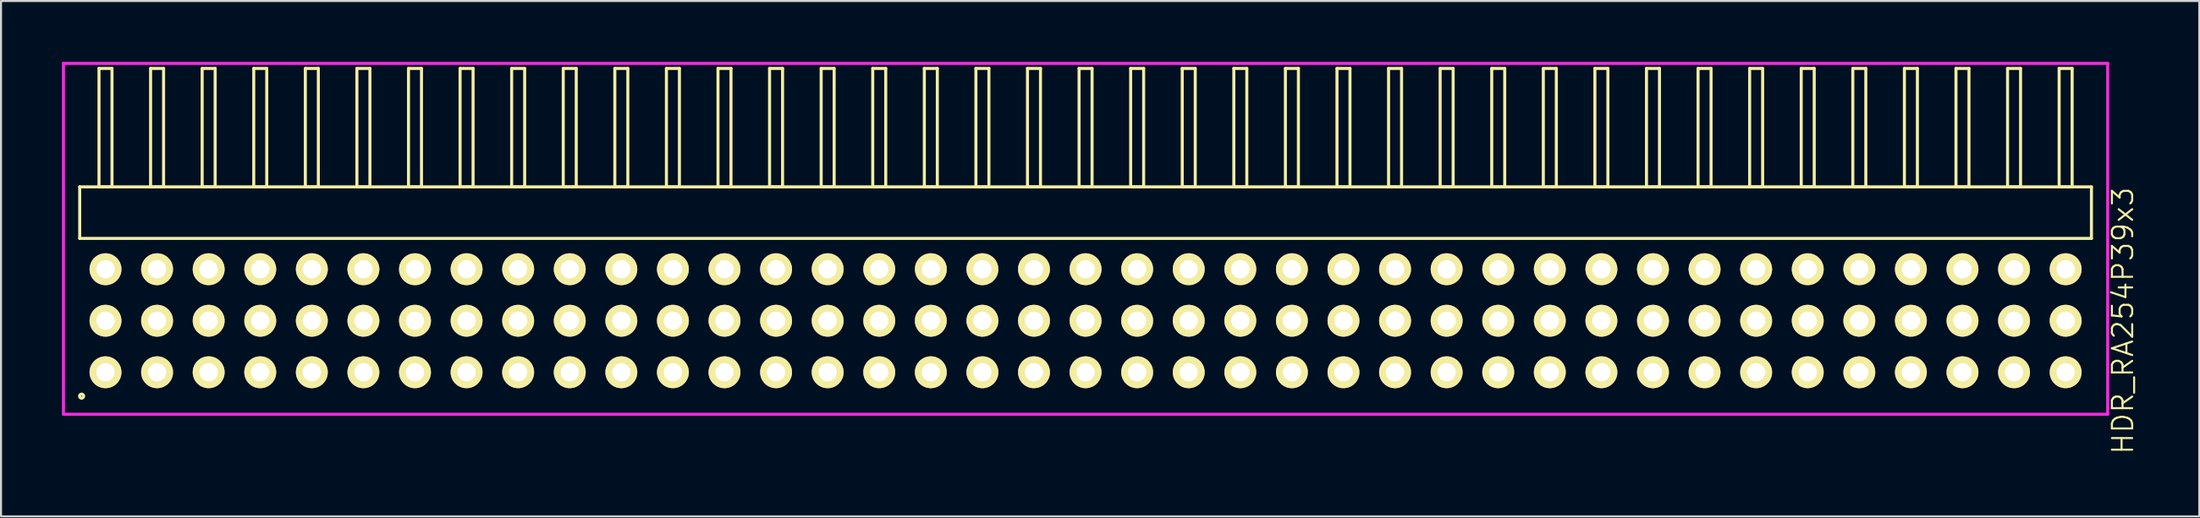
<source format=kicad_pcb>
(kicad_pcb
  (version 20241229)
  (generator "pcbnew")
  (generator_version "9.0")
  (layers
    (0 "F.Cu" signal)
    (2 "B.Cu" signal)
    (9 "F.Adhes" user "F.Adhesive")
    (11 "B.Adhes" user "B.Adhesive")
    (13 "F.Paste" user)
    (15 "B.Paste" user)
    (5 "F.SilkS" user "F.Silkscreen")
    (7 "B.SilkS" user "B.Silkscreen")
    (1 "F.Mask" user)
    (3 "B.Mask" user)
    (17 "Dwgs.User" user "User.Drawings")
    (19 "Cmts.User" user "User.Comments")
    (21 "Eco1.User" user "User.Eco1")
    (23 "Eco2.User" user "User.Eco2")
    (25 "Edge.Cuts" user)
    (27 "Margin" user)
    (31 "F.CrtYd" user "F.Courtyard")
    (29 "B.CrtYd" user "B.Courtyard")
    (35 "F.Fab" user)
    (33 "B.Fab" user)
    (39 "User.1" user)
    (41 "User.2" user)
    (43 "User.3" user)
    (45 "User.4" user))
  (footprint "HDR_RA254P39x3"
    (layer "F.Cu")
    (at 50.405 12.765)
    (property "Reference" "HDR_RA254P39x3" (at 51.08 0 90) (layer "F.SilkS") (effects (font (size 1 1) (thickness 0.1))))
    (attr through_hole)
    (fp_line (start -49.53 -6.6) (end -49.53 -4.06) (stroke (width 0.15) (type solid)) (layer "F.SilkS"))
    (fp_line (start -49.53 -4.06) (end 49.53 -4.06) (stroke (width 0.15) (type solid)) (layer "F.SilkS"))
    (fp_line (start -48.58 -12.44) (end -48.58 -6.6) (stroke (width 0.15) (type solid)) (layer "F.SilkS"))
    (fp_line (start -48.58 -6.6) (end -47.94 -6.6) (stroke (width 0.15) (type solid)) (layer "F.SilkS"))
    (fp_line (start -47.94 -12.44) (end -48.58 -12.44) (stroke (width 0.15) (type solid)) (layer "F.SilkS"))
    (fp_line (start -47.94 -6.6) (end -47.94 -12.44) (stroke (width 0.15) (type solid)) (layer "F.SilkS"))
    (fp_line (start -46.04 -12.44) (end -46.04 -6.6) (stroke (width 0.15) (type solid)) (layer "F.SilkS"))
    (fp_line (start -46.04 -6.6) (end -45.4 -6.6) (stroke (width 0.15) (type solid)) (layer "F.SilkS"))
    (fp_line (start -45.4 -12.44) (end -46.04 -12.44) (stroke (width 0.15) (type solid)) (layer "F.SilkS"))
    (fp_line (start -45.4 -6.6) (end -45.4 -12.44) (stroke (width 0.15) (type solid)) (layer "F.SilkS"))
    (fp_line (start -43.5 -12.44) (end -43.5 -6.6) (stroke (width 0.15) (type solid)) (layer "F.SilkS"))
    (fp_line (start -43.5 -6.6) (end -42.86 -6.6) (stroke (width 0.15) (type solid)) (layer "F.SilkS"))
    (fp_line (start -42.86 -12.44) (end -43.5 -12.44) (stroke (width 0.15) (type solid)) (layer "F.SilkS"))
    (fp_line (start -42.86 -6.6) (end -42.86 -12.44) (stroke (width 0.15) (type solid)) (layer "F.SilkS"))
    (fp_line (start -40.96 -12.44) (end -40.96 -6.6) (stroke (width 0.15) (type solid)) (layer "F.SilkS"))
    (fp_line (start -40.96 -6.6) (end -40.32 -6.6) (stroke (width 0.15) (type solid)) (layer "F.SilkS"))
    (fp_line (start -40.32 -12.44) (end -40.96 -12.44) (stroke (width 0.15) (type solid)) (layer "F.SilkS"))
    (fp_line (start -40.32 -6.6) (end -40.32 -12.44) (stroke (width 0.15) (type solid)) (layer "F.SilkS"))
    (fp_line (start -38.42 -12.44) (end -38.42 -6.6) (stroke (width 0.15) (type solid)) (layer "F.SilkS"))
    (fp_line (start -38.42 -6.6) (end -37.78 -6.6) (stroke (width 0.15) (type solid)) (layer "F.SilkS"))
    (fp_line (start -37.78 -12.44) (end -38.42 -12.44) (stroke (width 0.15) (type solid)) (layer "F.SilkS"))
    (fp_line (start -37.78 -6.6) (end -37.78 -12.44) (stroke (width 0.15) (type solid)) (layer "F.SilkS"))
    (fp_line (start -35.88 -12.44) (end -35.88 -6.6) (stroke (width 0.15) (type solid)) (layer "F.SilkS"))
    (fp_line (start -35.88 -6.6) (end -35.24 -6.6) (stroke (width 0.15) (type solid)) (layer "F.SilkS"))
    (fp_line (start -35.24 -12.44) (end -35.88 -12.44) (stroke (width 0.15) (type solid)) (layer "F.SilkS"))
    (fp_line (start -35.24 -6.6) (end -35.24 -12.44) (stroke (width 0.15) (type solid)) (layer "F.SilkS"))
    (fp_line (start -33.34 -12.44) (end -33.34 -6.6) (stroke (width 0.15) (type solid)) (layer "F.SilkS"))
    (fp_line (start -33.34 -6.6) (end -32.7 -6.6) (stroke (width 0.15) (type solid)) (layer "F.SilkS"))
    (fp_line (start -32.7 -12.44) (end -33.34 -12.44) (stroke (width 0.15) (type solid)) (layer "F.SilkS"))
    (fp_line (start -32.7 -6.6) (end -32.7 -12.44) (stroke (width 0.15) (type solid)) (layer "F.SilkS"))
    (fp_line (start -30.8 -12.44) (end -30.8 -6.6) (stroke (width 0.15) (type solid)) (layer "F.SilkS"))
    (fp_line (start -30.8 -6.6) (end -30.16 -6.6) (stroke (width 0.15) (type solid)) (layer "F.SilkS"))
    (fp_line (start -30.16 -12.44) (end -30.8 -12.44) (stroke (width 0.15) (type solid)) (layer "F.SilkS"))
    (fp_line (start -30.16 -6.6) (end -30.16 -12.44) (stroke (width 0.15) (type solid)) (layer "F.SilkS"))
    (fp_line (start -28.26 -12.44) (end -28.26 -6.6) (stroke (width 0.15) (type solid)) (layer "F.SilkS"))
    (fp_line (start -28.26 -6.6) (end -27.62 -6.6) (stroke (width 0.15) (type solid)) (layer "F.SilkS"))
    (fp_line (start -27.62 -12.44) (end -28.26 -12.44) (stroke (width 0.15) (type solid)) (layer "F.SilkS"))
    (fp_line (start -27.62 -6.6) (end -27.62 -12.44) (stroke (width 0.15) (type solid)) (layer "F.SilkS"))
    (fp_line (start -25.72 -12.44) (end -25.72 -6.6) (stroke (width 0.15) (type solid)) (layer "F.SilkS"))
    (fp_line (start -25.72 -6.6) (end -25.08 -6.6) (stroke (width 0.15) (type solid)) (layer "F.SilkS"))
    (fp_line (start -25.08 -12.44) (end -25.72 -12.44) (stroke (width 0.15) (type solid)) (layer "F.SilkS"))
    (fp_line (start -25.08 -6.6) (end -25.08 -12.44) (stroke (width 0.15) (type solid)) (layer "F.SilkS"))
    (fp_line (start -23.18 -12.44) (end -23.18 -6.6) (stroke (width 0.15) (type solid)) (layer "F.SilkS"))
    (fp_line (start -23.18 -6.6) (end -22.54 -6.6) (stroke (width 0.15) (type solid)) (layer "F.SilkS"))
    (fp_line (start -22.54 -12.44) (end -23.18 -12.44) (stroke (width 0.15) (type solid)) (layer "F.SilkS"))
    (fp_line (start -22.54 -6.6) (end -22.54 -12.44) (stroke (width 0.15) (type solid)) (layer "F.SilkS"))
    (fp_line (start -20.64 -12.44) (end -20.64 -6.6) (stroke (width 0.15) (type solid)) (layer "F.SilkS"))
    (fp_line (start -20.64 -6.6) (end -20 -6.6) (stroke (width 0.15) (type solid)) (layer "F.SilkS"))
    (fp_line (start -20 -12.44) (end -20.64 -12.44) (stroke (width 0.15) (type solid)) (layer "F.SilkS"))
    (fp_line (start -20 -6.6) (end -20 -12.44) (stroke (width 0.15) (type solid)) (layer "F.SilkS"))
    (fp_line (start -18.1 -12.44) (end -18.1 -6.6) (stroke (width 0.15) (type solid)) (layer "F.SilkS"))
    (fp_line (start -18.1 -6.6) (end -17.46 -6.6) (stroke (width 0.15) (type solid)) (layer "F.SilkS"))
    (fp_line (start -17.46 -12.44) (end -18.1 -12.44) (stroke (width 0.15) (type solid)) (layer "F.SilkS"))
    (fp_line (start -17.46 -6.6) (end -17.46 -12.44) (stroke (width 0.15) (type solid)) (layer "F.SilkS"))
    (fp_line (start -15.56 -12.44) (end -15.56 -6.6) (stroke (width 0.15) (type solid)) (layer "F.SilkS"))
    (fp_line (start -15.56 -6.6) (end -14.92 -6.6) (stroke (width 0.15) (type solid)) (layer "F.SilkS"))
    (fp_line (start -14.92 -12.44) (end -15.56 -12.44) (stroke (width 0.15) (type solid)) (layer "F.SilkS"))
    (fp_line (start -14.92 -6.6) (end -14.92 -12.44) (stroke (width 0.15) (type solid)) (layer "F.SilkS"))
    (fp_line (start -13.02 -12.44) (end -13.02 -6.6) (stroke (width 0.15) (type solid)) (layer "F.SilkS"))
    (fp_line (start -13.02 -6.6) (end -12.38 -6.6) (stroke (width 0.15) (type solid)) (layer "F.SilkS"))
    (fp_line (start -12.38 -12.44) (end -13.02 -12.44) (stroke (width 0.15) (type solid)) (layer "F.SilkS"))
    (fp_line (start -12.38 -6.6) (end -12.38 -12.44) (stroke (width 0.15) (type solid)) (layer "F.SilkS"))
    (fp_line (start -10.48 -12.44) (end -10.48 -6.6) (stroke (width 0.15) (type solid)) (layer "F.SilkS"))
    (fp_line (start -10.48 -6.6) (end -9.84 -6.6) (stroke (width 0.15) (type solid)) (layer "F.SilkS"))
    (fp_line (start -9.84 -12.44) (end -10.48 -12.44) (stroke (width 0.15) (type solid)) (layer "F.SilkS"))
    (fp_line (start -9.84 -6.6) (end -9.84 -12.44) (stroke (width 0.15) (type solid)) (layer "F.SilkS"))
    (fp_line (start -7.94 -12.44) (end -7.94 -6.6) (stroke (width 0.15) (type solid)) (layer "F.SilkS"))
    (fp_line (start -7.94 -6.6) (end -7.3 -6.6) (stroke (width 0.15) (type solid)) (layer "F.SilkS"))
    (fp_line (start -7.3 -12.44) (end -7.94 -12.44) (stroke (width 0.15) (type solid)) (layer "F.SilkS"))
    (fp_line (start -7.3 -6.6) (end -7.3 -12.44) (stroke (width 0.15) (type solid)) (layer "F.SilkS"))
    (fp_line (start -5.4 -12.44) (end -5.4 -6.6) (stroke (width 0.15) (type solid)) (layer "F.SilkS"))
    (fp_line (start -5.4 -6.6) (end -4.76 -6.6) (stroke (width 0.15) (type solid)) (layer "F.SilkS"))
    (fp_line (start -4.76 -12.44) (end -5.4 -12.44) (stroke (width 0.15) (type solid)) (layer "F.SilkS"))
    (fp_line (start -4.76 -6.6) (end -4.76 -12.44) (stroke (width 0.15) (type solid)) (layer "F.SilkS"))
    (fp_line (start -2.86 -12.44) (end -2.86 -6.6) (stroke (width 0.15) (type solid)) (layer "F.SilkS"))
    (fp_line (start -2.86 -6.6) (end -2.22 -6.6) (stroke (width 0.15) (type solid)) (layer "F.SilkS"))
    (fp_line (start -2.22 -12.44) (end -2.86 -12.44) (stroke (width 0.15) (type solid)) (layer "F.SilkS"))
    (fp_line (start -2.22 -6.6) (end -2.22 -12.44) (stroke (width 0.15) (type solid)) (layer "F.SilkS"))
    (fp_line (start -0.32 -12.44) (end -0.32 -6.6) (stroke (width 0.15) (type solid)) (layer "F.SilkS"))
    (fp_line (start -0.32 -6.6) (end 0.32 -6.6) (stroke (width 0.15) (type solid)) (layer "F.SilkS"))
    (fp_line (start 0.32 -12.44) (end -0.32 -12.44) (stroke (width 0.15) (type solid)) (layer "F.SilkS"))
    (fp_line (start 0.32 -6.6) (end 0.32 -12.44) (stroke (width 0.15) (type solid)) (layer "F.SilkS"))
    (fp_line (start 2.22 -12.44) (end 2.22 -6.6) (stroke (width 0.15) (type solid)) (layer "F.SilkS"))
    (fp_line (start 2.22 -6.6) (end 2.86 -6.6) (stroke (width 0.15) (type solid)) (layer "F.SilkS"))
    (fp_line (start 2.86 -12.44) (end 2.22 -12.44) (stroke (width 0.15) (type solid)) (layer "F.SilkS"))
    (fp_line (start 2.86 -6.6) (end 2.86 -12.44) (stroke (width 0.15) (type solid)) (layer "F.SilkS"))
    (fp_line (start 4.76 -12.44) (end 4.76 -6.6) (stroke (width 0.15) (type solid)) (layer "F.SilkS"))
    (fp_line (start 4.76 -6.6) (end 5.4 -6.6) (stroke (width 0.15) (type solid)) (layer "F.SilkS"))
    (fp_line (start 5.4 -12.44) (end 4.76 -12.44) (stroke (width 0.15) (type solid)) (layer "F.SilkS"))
    (fp_line (start 5.4 -6.6) (end 5.4 -12.44) (stroke (width 0.15) (type solid)) (layer "F.SilkS"))
    (fp_line (start 7.3 -12.44) (end 7.3 -6.6) (stroke (width 0.15) (type solid)) (layer "F.SilkS"))
    (fp_line (start 7.3 -6.6) (end 7.94 -6.6) (stroke (width 0.15) (type solid)) (layer "F.SilkS"))
    (fp_line (start 7.94 -12.44) (end 7.3 -12.44) (stroke (width 0.15) (type solid)) (layer "F.SilkS"))
    (fp_line (start 7.94 -6.6) (end 7.94 -12.44) (stroke (width 0.15) (type solid)) (layer "F.SilkS"))
    (fp_line (start 9.84 -12.44) (end 9.84 -6.6) (stroke (width 0.15) (type solid)) (layer "F.SilkS"))
    (fp_line (start 9.84 -6.6) (end 10.48 -6.6) (stroke (width 0.15) (type solid)) (layer "F.SilkS"))
    (fp_line (start 10.48 -12.44) (end 9.84 -12.44) (stroke (width 0.15) (type solid)) (layer "F.SilkS"))
    (fp_line (start 10.48 -6.6) (end 10.48 -12.44) (stroke (width 0.15) (type solid)) (layer "F.SilkS"))
    (fp_line (start 12.38 -12.44) (end 12.38 -6.6) (stroke (width 0.15) (type solid)) (layer "F.SilkS"))
    (fp_line (start 12.38 -6.6) (end 13.02 -6.6) (stroke (width 0.15) (type solid)) (layer "F.SilkS"))
    (fp_line (start 13.02 -12.44) (end 12.38 -12.44) (stroke (width 0.15) (type solid)) (layer "F.SilkS"))
    (fp_line (start 13.02 -6.6) (end 13.02 -12.44) (stroke (width 0.15) (type solid)) (layer "F.SilkS"))
    (fp_line (start 14.92 -12.44) (end 14.92 -6.6) (stroke (width 0.15) (type solid)) (layer "F.SilkS"))
    (fp_line (start 14.92 -6.6) (end 15.56 -6.6) (stroke (width 0.15) (type solid)) (layer "F.SilkS"))
    (fp_line (start 15.56 -12.44) (end 14.92 -12.44) (stroke (width 0.15) (type solid)) (layer "F.SilkS"))
    (fp_line (start 15.56 -6.6) (end 15.56 -12.44) (stroke (width 0.15) (type solid)) (layer "F.SilkS"))
    (fp_line (start 17.46 -12.44) (end 17.46 -6.6) (stroke (width 0.15) (type solid)) (layer "F.SilkS"))
    (fp_line (start 17.46 -6.6) (end 18.1 -6.6) (stroke (width 0.15) (type solid)) (layer "F.SilkS"))
    (fp_line (start 18.1 -12.44) (end 17.46 -12.44) (stroke (width 0.15) (type solid)) (layer "F.SilkS"))
    (fp_line (start 18.1 -6.6) (end 18.1 -12.44) (stroke (width 0.15) (type solid)) (layer "F.SilkS"))
    (fp_line (start 20 -12.44) (end 20 -6.6) (stroke (width 0.15) (type solid)) (layer "F.SilkS"))
    (fp_line (start 20 -6.6) (end 20.64 -6.6) (stroke (width 0.15) (type solid)) (layer "F.SilkS"))
    (fp_line (start 20.64 -12.44) (end 20 -12.44) (stroke (width 0.15) (type solid)) (layer "F.SilkS"))
    (fp_line (start 20.64 -6.6) (end 20.64 -12.44) (stroke (width 0.15) (type solid)) (layer "F.SilkS"))
    (fp_line (start 22.54 -12.44) (end 22.54 -6.6) (stroke (width 0.15) (type solid)) (layer "F.SilkS"))
    (fp_line (start 22.54 -6.6) (end 23.18 -6.6) (stroke (width 0.15) (type solid)) (layer "F.SilkS"))
    (fp_line (start 23.18 -12.44) (end 22.54 -12.44) (stroke (width 0.15) (type solid)) (layer "F.SilkS"))
    (fp_line (start 23.18 -6.6) (end 23.18 -12.44) (stroke (width 0.15) (type solid)) (layer "F.SilkS"))
    (fp_line (start 25.08 -12.44) (end 25.08 -6.6) (stroke (width 0.15) (type solid)) (layer "F.SilkS"))
    (fp_line (start 25.08 -6.6) (end 25.72 -6.6) (stroke (width 0.15) (type solid)) (layer "F.SilkS"))
    (fp_line (start 25.72 -12.44) (end 25.08 -12.44) (stroke (width 0.15) (type solid)) (layer "F.SilkS"))
    (fp_line (start 25.72 -6.6) (end 25.72 -12.44) (stroke (width 0.15) (type solid)) (layer "F.SilkS"))
    (fp_line (start 27.62 -12.44) (end 27.62 -6.6) (stroke (width 0.15) (type solid)) (layer "F.SilkS"))
    (fp_line (start 27.62 -6.6) (end 28.26 -6.6) (stroke (width 0.15) (type solid)) (layer "F.SilkS"))
    (fp_line (start 28.26 -12.44) (end 27.62 -12.44) (stroke (width 0.15) (type solid)) (layer "F.SilkS"))
    (fp_line (start 28.26 -6.6) (end 28.26 -12.44) (stroke (width 0.15) (type solid)) (layer "F.SilkS"))
    (fp_line (start 30.16 -12.44) (end 30.16 -6.6) (stroke (width 0.15) (type solid)) (layer "F.SilkS"))
    (fp_line (start 30.16 -6.6) (end 30.8 -6.6) (stroke (width 0.15) (type solid)) (layer "F.SilkS"))
    (fp_line (start 30.8 -12.44) (end 30.16 -12.44) (stroke (width 0.15) (type solid)) (layer "F.SilkS"))
    (fp_line (start 30.8 -6.6) (end 30.8 -12.44) (stroke (width 0.15) (type solid)) (layer "F.SilkS"))
    (fp_line (start 32.7 -12.44) (end 32.7 -6.6) (stroke (width 0.15) (type solid)) (layer "F.SilkS"))
    (fp_line (start 32.7 -6.6) (end 33.34 -6.6) (stroke (width 0.15) (type solid)) (layer "F.SilkS"))
    (fp_line (start 33.34 -12.44) (end 32.7 -12.44) (stroke (width 0.15) (type solid)) (layer "F.SilkS"))
    (fp_line (start 33.34 -6.6) (end 33.34 -12.44) (stroke (width 0.15) (type solid)) (layer "F.SilkS"))
    (fp_line (start 35.24 -12.44) (end 35.24 -6.6) (stroke (width 0.15) (type solid)) (layer "F.SilkS"))
    (fp_line (start 35.24 -6.6) (end 35.88 -6.6) (stroke (width 0.15) (type solid)) (layer "F.SilkS"))
    (fp_line (start 35.88 -12.44) (end 35.24 -12.44) (stroke (width 0.15) (type solid)) (layer "F.SilkS"))
    (fp_line (start 35.88 -6.6) (end 35.88 -12.44) (stroke (width 0.15) (type solid)) (layer "F.SilkS"))
    (fp_line (start 37.78 -12.44) (end 37.78 -6.6) (stroke (width 0.15) (type solid)) (layer "F.SilkS"))
    (fp_line (start 37.78 -6.6) (end 38.42 -6.6) (stroke (width 0.15) (type solid)) (layer "F.SilkS"))
    (fp_line (start 38.42 -12.44) (end 37.78 -12.44) (stroke (width 0.15) (type solid)) (layer "F.SilkS"))
    (fp_line (start 38.42 -6.6) (end 38.42 -12.44) (stroke (width 0.15) (type solid)) (layer "F.SilkS"))
    (fp_line (start 40.32 -12.44) (end 40.32 -6.6) (stroke (width 0.15) (type solid)) (layer "F.SilkS"))
    (fp_line (start 40.32 -6.6) (end 40.96 -6.6) (stroke (width 0.15) (type solid)) (layer "F.SilkS"))
    (fp_line (start 40.96 -12.44) (end 40.32 -12.44) (stroke (width 0.15) (type solid)) (layer "F.SilkS"))
    (fp_line (start 40.96 -6.6) (end 40.96 -12.44) (stroke (width 0.15) (type solid)) (layer "F.SilkS"))
    (fp_line (start 42.86 -12.44) (end 42.86 -6.6) (stroke (width 0.15) (type solid)) (layer "F.SilkS"))
    (fp_line (start 42.86 -6.6) (end 43.5 -6.6) (stroke (width 0.15) (type solid)) (layer "F.SilkS"))
    (fp_line (start 43.5 -12.44) (end 42.86 -12.44) (stroke (width 0.15) (type solid)) (layer "F.SilkS"))
    (fp_line (start 43.5 -6.6) (end 43.5 -12.44) (stroke (width 0.15) (type solid)) (layer "F.SilkS"))
    (fp_line (start 45.4 -12.44) (end 45.4 -6.6) (stroke (width 0.15) (type solid)) (layer "F.SilkS"))
    (fp_line (start 45.4 -6.6) (end 46.04 -6.6) (stroke (width 0.15) (type solid)) (layer "F.SilkS"))
    (fp_line (start 46.04 -12.44) (end 45.4 -12.44) (stroke (width 0.15) (type solid)) (layer "F.SilkS"))
    (fp_line (start 46.04 -6.6) (end 46.04 -12.44) (stroke (width 0.15) (type solid)) (layer "F.SilkS"))
    (fp_line (start 47.94 -12.44) (end 47.94 -6.6) (stroke (width 0.15) (type solid)) (layer "F.SilkS"))
    (fp_line (start 47.94 -6.6) (end 48.58 -6.6) (stroke (width 0.15) (type solid)) (layer "F.SilkS"))
    (fp_line (start 48.58 -12.44) (end 47.94 -12.44) (stroke (width 0.15) (type solid)) (layer "F.SilkS"))
    (fp_line (start 48.58 -6.6) (end 48.58 -12.44) (stroke (width 0.15) (type solid)) (layer "F.SilkS"))
    (fp_line (start 49.53 -6.6) (end -49.53 -6.6) (stroke (width 0.15) (type solid)) (layer "F.SilkS"))
    (fp_line (start 49.53 -4.06) (end 49.53 -6.6) (stroke (width 0.15) (type solid)) (layer "F.SilkS"))
    (fp_circle (center -49.437 3.718) (end -49.337 3.718) (stroke (width 0.15) (type solid)) (fill no) (layer "F.SilkS"))
    (fp_line (start -50.33 -12.69) (end -50.33 4.61) (stroke (width 0.15) (type solid)) (layer "F.CrtYd"))
    (fp_line (start -50.33 4.61) (end 50.33 4.61) (stroke (width 0.15) (type solid)) (layer "F.CrtYd"))
    (fp_line (start 50.33 -12.69) (end -50.33 -12.69) (stroke (width 0.15) (type solid)) (layer "F.CrtYd"))
    (fp_line (start 50.33 4.61) (end 50.33 -12.69) (stroke (width 0.15) (type solid)) (layer "F.CrtYd"))
    (pad "1" thru_hole oval (at -48.26 2.54) (size 1.57 1.57) (drill 0.9) (layers "*.Cu" "*.Mask" "F.SilkS"))
    (pad "2" thru_hole oval (at -48.26 0) (size 1.57 1.57) (drill 0.9) (layers "*.Cu" "*.Mask" "F.SilkS"))
    (pad "3" thru_hole oval (at -48.26 -2.54) (size 1.57 1.57) (drill 0.9) (layers "*.Cu" "*.Mask" "F.SilkS"))
    (pad "4" thru_hole oval (at -45.72 2.54) (size 1.57 1.57) (drill 0.9) (layers "*.Cu" "*.Mask" "F.SilkS"))
    (pad "5" thru_hole oval (at -45.72 0) (size 1.57 1.57) (drill 0.9) (layers "*.Cu" "*.Mask" "F.SilkS"))
    (pad "6" thru_hole oval (at -45.72 -2.54) (size 1.57 1.57) (drill 0.9) (layers "*.Cu" "*.Mask" "F.SilkS"))
    (pad "7" thru_hole oval (at -43.18 2.54) (size 1.57 1.57) (drill 0.9) (layers "*.Cu" "*.Mask" "F.SilkS"))
    (pad "8" thru_hole oval (at -43.18 0) (size 1.57 1.57) (drill 0.9) (layers "*.Cu" "*.Mask" "F.SilkS"))
    (pad "9" thru_hole oval (at -43.18 -2.54) (size 1.57 1.57) (drill 0.9) (layers "*.Cu" "*.Mask" "F.SilkS"))
    (pad "10" thru_hole oval (at -40.64 2.54) (size 1.57 1.57) (drill 0.9) (layers "*.Cu" "*.Mask" "F.SilkS"))
    (pad "11" thru_hole oval (at -40.64 0) (size 1.57 1.57) (drill 0.9) (layers "*.Cu" "*.Mask" "F.SilkS"))
    (pad "12" thru_hole oval (at -40.64 -2.54) (size 1.57 1.57) (drill 0.9) (layers "*.Cu" "*.Mask" "F.SilkS"))
    (pad "13" thru_hole oval (at -38.1 2.54) (size 1.57 1.57) (drill 0.9) (layers "*.Cu" "*.Mask" "F.SilkS"))
    (pad "14" thru_hole oval (at -38.1 0) (size 1.57 1.57) (drill 0.9) (layers "*.Cu" "*.Mask" "F.SilkS"))
    (pad "15" thru_hole oval (at -38.1 -2.54) (size 1.57 1.57) (drill 0.9) (layers "*.Cu" "*.Mask" "F.SilkS"))
    (pad "16" thru_hole oval (at -35.56 2.54) (size 1.57 1.57) (drill 0.9) (layers "*.Cu" "*.Mask" "F.SilkS"))
    (pad "17" thru_hole oval (at -35.56 0) (size 1.57 1.57) (drill 0.9) (layers "*.Cu" "*.Mask" "F.SilkS"))
    (pad "18" thru_hole oval (at -35.56 -2.54) (size 1.57 1.57) (drill 0.9) (layers "*.Cu" "*.Mask" "F.SilkS"))
    (pad "19" thru_hole oval (at -33.02 2.54) (size 1.57 1.57) (drill 0.9) (layers "*.Cu" "*.Mask" "F.SilkS"))
    (pad "20" thru_hole oval (at -33.02 0) (size 1.57 1.57) (drill 0.9) (layers "*.Cu" "*.Mask" "F.SilkS"))
    (pad "21" thru_hole oval (at -33.02 -2.54) (size 1.57 1.57) (drill 0.9) (layers "*.Cu" "*.Mask" "F.SilkS"))
    (pad "22" thru_hole oval (at -30.48 2.54) (size 1.57 1.57) (drill 0.9) (layers "*.Cu" "*.Mask" "F.SilkS"))
    (pad "23" thru_hole oval (at -30.48 0) (size 1.57 1.57) (drill 0.9) (layers "*.Cu" "*.Mask" "F.SilkS"))
    (pad "24" thru_hole oval (at -30.48 -2.54) (size 1.57 1.57) (drill 0.9) (layers "*.Cu" "*.Mask" "F.SilkS"))
    (pad "25" thru_hole oval (at -27.94 2.54) (size 1.57 1.57) (drill 0.9) (layers "*.Cu" "*.Mask" "F.SilkS"))
    (pad "26" thru_hole oval (at -27.94 0) (size 1.57 1.57) (drill 0.9) (layers "*.Cu" "*.Mask" "F.SilkS"))
    (pad "27" thru_hole oval (at -27.94 -2.54) (size 1.57 1.57) (drill 0.9) (layers "*.Cu" "*.Mask" "F.SilkS"))
    (pad "28" thru_hole oval (at -25.4 2.54) (size 1.57 1.57) (drill 0.9) (layers "*.Cu" "*.Mask" "F.SilkS"))
    (pad "29" thru_hole oval (at -25.4 0) (size 1.57 1.57) (drill 0.9) (layers "*.Cu" "*.Mask" "F.SilkS"))
    (pad "30" thru_hole oval (at -25.4 -2.54) (size 1.57 1.57) (drill 0.9) (layers "*.Cu" "*.Mask" "F.SilkS"))
    (pad "31" thru_hole oval (at -22.86 2.54) (size 1.57 1.57) (drill 0.9) (layers "*.Cu" "*.Mask" "F.SilkS"))
    (pad "32" thru_hole oval (at -22.86 0) (size 1.57 1.57) (drill 0.9) (layers "*.Cu" "*.Mask" "F.SilkS"))
    (pad "33" thru_hole oval (at -22.86 -2.54) (size 1.57 1.57) (drill 0.9) (layers "*.Cu" "*.Mask" "F.SilkS"))
    (pad "34" thru_hole oval (at -20.32 2.54) (size 1.57 1.57) (drill 0.9) (layers "*.Cu" "*.Mask" "F.SilkS"))
    (pad "35" thru_hole oval (at -20.32 0) (size 1.57 1.57) (drill 0.9) (layers "*.Cu" "*.Mask" "F.SilkS"))
    (pad "36" thru_hole oval (at -20.32 -2.54) (size 1.57 1.57) (drill 0.9) (layers "*.Cu" "*.Mask" "F.SilkS"))
    (pad "37" thru_hole oval (at -17.78 2.54) (size 1.57 1.57) (drill 0.9) (layers "*.Cu" "*.Mask" "F.SilkS"))
    (pad "38" thru_hole oval (at -17.78 0) (size 1.57 1.57) (drill 0.9) (layers "*.Cu" "*.Mask" "F.SilkS"))
    (pad "39" thru_hole oval (at -17.78 -2.54) (size 1.57 1.57) (drill 0.9) (layers "*.Cu" "*.Mask" "F.SilkS"))
    (pad "40" thru_hole oval (at -15.24 2.54) (size 1.57 1.57) (drill 0.9) (layers "*.Cu" "*.Mask" "F.SilkS"))
    (pad "41" thru_hole oval (at -15.24 0) (size 1.57 1.57) (drill 0.9) (layers "*.Cu" "*.Mask" "F.SilkS"))
    (pad "42" thru_hole oval (at -15.24 -2.54) (size 1.57 1.57) (drill 0.9) (layers "*.Cu" "*.Mask" "F.SilkS"))
    (pad "43" thru_hole oval (at -12.7 2.54) (size 1.57 1.57) (drill 0.9) (layers "*.Cu" "*.Mask" "F.SilkS"))
    (pad "44" thru_hole oval (at -12.7 0) (size 1.57 1.57) (drill 0.9) (layers "*.Cu" "*.Mask" "F.SilkS"))
    (pad "45" thru_hole oval (at -12.7 -2.54) (size 1.57 1.57) (drill 0.9) (layers "*.Cu" "*.Mask" "F.SilkS"))
    (pad "46" thru_hole oval (at -10.16 2.54) (size 1.57 1.57) (drill 0.9) (layers "*.Cu" "*.Mask" "F.SilkS"))
    (pad "47" thru_hole oval (at -10.16 0) (size 1.57 1.57) (drill 0.9) (layers "*.Cu" "*.Mask" "F.SilkS"))
    (pad "48" thru_hole oval (at -10.16 -2.54) (size 1.57 1.57) (drill 0.9) (layers "*.Cu" "*.Mask" "F.SilkS"))
    (pad "49" thru_hole oval (at -7.62 2.54) (size 1.57 1.57) (drill 0.9) (layers "*.Cu" "*.Mask" "F.SilkS"))
    (pad "50" thru_hole oval (at -7.62 0) (size 1.57 1.57) (drill 0.9) (layers "*.Cu" "*.Mask" "F.SilkS"))
    (pad "51" thru_hole oval (at -7.62 -2.54) (size 1.57 1.57) (drill 0.9) (layers "*.Cu" "*.Mask" "F.SilkS"))
    (pad "52" thru_hole oval (at -5.08 2.54) (size 1.57 1.57) (drill 0.9) (layers "*.Cu" "*.Mask" "F.SilkS"))
    (pad "53" thru_hole oval (at -5.08 0) (size 1.57 1.57) (drill 0.9) (layers "*.Cu" "*.Mask" "F.SilkS"))
    (pad "54" thru_hole oval (at -5.08 -2.54) (size 1.57 1.57) (drill 0.9) (layers "*.Cu" "*.Mask" "F.SilkS"))
    (pad "55" thru_hole oval (at -2.54 2.54) (size 1.57 1.57) (drill 0.9) (layers "*.Cu" "*.Mask" "F.SilkS"))
    (pad "56" thru_hole oval (at -2.54 0) (size 1.57 1.57) (drill 0.9) (layers "*.Cu" "*.Mask" "F.SilkS"))
    (pad "57" thru_hole oval (at -2.54 -2.54) (size 1.57 1.57) (drill 0.9) (layers "*.Cu" "*.Mask" "F.SilkS"))
    (pad "58" thru_hole oval (at 0 2.54) (size 1.57 1.57) (drill 0.9) (layers "*.Cu" "*.Mask" "F.SilkS"))
    (pad "59" thru_hole oval (at 0 0) (size 1.57 1.57) (drill 0.9) (layers "*.Cu" "*.Mask" "F.SilkS"))
    (pad "60" thru_hole oval (at 0 -2.54) (size 1.57 1.57) (drill 0.9) (layers "*.Cu" "*.Mask" "F.SilkS"))
    (pad "61" thru_hole oval (at 2.54 2.54) (size 1.57 1.57) (drill 0.9) (layers "*.Cu" "*.Mask" "F.SilkS"))
    (pad "62" thru_hole oval (at 2.54 0) (size 1.57 1.57) (drill 0.9) (layers "*.Cu" "*.Mask" "F.SilkS"))
    (pad "63" thru_hole oval (at 2.54 -2.54) (size 1.57 1.57) (drill 0.9) (layers "*.Cu" "*.Mask" "F.SilkS"))
    (pad "64" thru_hole oval (at 5.08 2.54) (size 1.57 1.57) (drill 0.9) (layers "*.Cu" "*.Mask" "F.SilkS"))
    (pad "65" thru_hole oval (at 5.08 0) (size 1.57 1.57) (drill 0.9) (layers "*.Cu" "*.Mask" "F.SilkS"))
    (pad "66" thru_hole oval (at 5.08 -2.54) (size 1.57 1.57) (drill 0.9) (layers "*.Cu" "*.Mask" "F.SilkS"))
    (pad "67" thru_hole oval (at 7.62 2.54) (size 1.57 1.57) (drill 0.9) (layers "*.Cu" "*.Mask" "F.SilkS"))
    (pad "68" thru_hole oval (at 7.62 0) (size 1.57 1.57) (drill 0.9) (layers "*.Cu" "*.Mask" "F.SilkS"))
    (pad "69" thru_hole oval (at 7.62 -2.54) (size 1.57 1.57) (drill 0.9) (layers "*.Cu" "*.Mask" "F.SilkS"))
    (pad "70" thru_hole oval (at 10.16 2.54) (size 1.57 1.57) (drill 0.9) (layers "*.Cu" "*.Mask" "F.SilkS"))
    (pad "71" thru_hole oval (at 10.16 0) (size 1.57 1.57) (drill 0.9) (layers "*.Cu" "*.Mask" "F.SilkS"))
    (pad "72" thru_hole oval (at 10.16 -2.54) (size 1.57 1.57) (drill 0.9) (layers "*.Cu" "*.Mask" "F.SilkS"))
    (pad "73" thru_hole oval (at 12.7 2.54) (size 1.57 1.57) (drill 0.9) (layers "*.Cu" "*.Mask" "F.SilkS"))
    (pad "74" thru_hole oval (at 12.7 0) (size 1.57 1.57) (drill 0.9) (layers "*.Cu" "*.Mask" "F.SilkS"))
    (pad "75" thru_hole oval (at 12.7 -2.54) (size 1.57 1.57) (drill 0.9) (layers "*.Cu" "*.Mask" "F.SilkS"))
    (pad "76" thru_hole oval (at 15.24 2.54) (size 1.57 1.57) (drill 0.9) (layers "*.Cu" "*.Mask" "F.SilkS"))
    (pad "77" thru_hole oval (at 15.24 0) (size 1.57 1.57) (drill 0.9) (layers "*.Cu" "*.Mask" "F.SilkS"))
    (pad "78" thru_hole oval (at 15.24 -2.54) (size 1.57 1.57) (drill 0.9) (layers "*.Cu" "*.Mask" "F.SilkS"))
    (pad "79" thru_hole oval (at 17.78 2.54) (size 1.57 1.57) (drill 0.9) (layers "*.Cu" "*.Mask" "F.SilkS"))
    (pad "80" thru_hole oval (at 17.78 0) (size 1.57 1.57) (drill 0.9) (layers "*.Cu" "*.Mask" "F.SilkS"))
    (pad "81" thru_hole oval (at 17.78 -2.54) (size 1.57 1.57) (drill 0.9) (layers "*.Cu" "*.Mask" "F.SilkS"))
    (pad "82" thru_hole oval (at 20.32 2.54) (size 1.57 1.57) (drill 0.9) (layers "*.Cu" "*.Mask" "F.SilkS"))
    (pad "83" thru_hole oval (at 20.32 0) (size 1.57 1.57) (drill 0.9) (layers "*.Cu" "*.Mask" "F.SilkS"))
    (pad "84" thru_hole oval (at 20.32 -2.54) (size 1.57 1.57) (drill 0.9) (layers "*.Cu" "*.Mask" "F.SilkS"))
    (pad "85" thru_hole oval (at 22.86 2.54) (size 1.57 1.57) (drill 0.9) (layers "*.Cu" "*.Mask" "F.SilkS"))
    (pad "86" thru_hole oval (at 22.86 0) (size 1.57 1.57) (drill 0.9) (layers "*.Cu" "*.Mask" "F.SilkS"))
    (pad "87" thru_hole oval (at 22.86 -2.54) (size 1.57 1.57) (drill 0.9) (layers "*.Cu" "*.Mask" "F.SilkS"))
    (pad "88" thru_hole oval (at 25.4 2.54) (size 1.57 1.57) (drill 0.9) (layers "*.Cu" "*.Mask" "F.SilkS"))
    (pad "89" thru_hole oval (at 25.4 0) (size 1.57 1.57) (drill 0.9) (layers "*.Cu" "*.Mask" "F.SilkS"))
    (pad "90" thru_hole oval (at 25.4 -2.54) (size 1.57 1.57) (drill 0.9) (layers "*.Cu" "*.Mask" "F.SilkS"))
    (pad "91" thru_hole oval (at 27.94 2.54) (size 1.57 1.57) (drill 0.9) (layers "*.Cu" "*.Mask" "F.SilkS"))
    (pad "92" thru_hole oval (at 27.94 0) (size 1.57 1.57) (drill 0.9) (layers "*.Cu" "*.Mask" "F.SilkS"))
    (pad "93" thru_hole oval (at 27.94 -2.54) (size 1.57 1.57) (drill 0.9) (layers "*.Cu" "*.Mask" "F.SilkS"))
    (pad "94" thru_hole oval (at 30.48 2.54) (size 1.57 1.57) (drill 0.9) (layers "*.Cu" "*.Mask" "F.SilkS"))
    (pad "95" thru_hole oval (at 30.48 0) (size 1.57 1.57) (drill 0.9) (layers "*.Cu" "*.Mask" "F.SilkS"))
    (pad "96" thru_hole oval (at 30.48 -2.54) (size 1.57 1.57) (drill 0.9) (layers "*.Cu" "*.Mask" "F.SilkS"))
    (pad "97" thru_hole oval (at 33.02 2.54) (size 1.57 1.57) (drill 0.9) (layers "*.Cu" "*.Mask" "F.SilkS"))
    (pad "98" thru_hole oval (at 33.02 0) (size 1.57 1.57) (drill 0.9) (layers "*.Cu" "*.Mask" "F.SilkS"))
    (pad "99" thru_hole oval (at 33.02 -2.54) (size 1.57 1.57) (drill 0.9) (layers "*.Cu" "*.Mask" "F.SilkS"))
    (pad "100" thru_hole oval (at 35.56 2.54) (size 1.57 1.57) (drill 0.9) (layers "*.Cu" "*.Mask" "F.SilkS"))
    (pad "101" thru_hole oval (at 35.56 0) (size 1.57 1.57) (drill 0.9) (layers "*.Cu" "*.Mask" "F.SilkS"))
    (pad "102" thru_hole oval (at 35.56 -2.54) (size 1.57 1.57) (drill 0.9) (layers "*.Cu" "*.Mask" "F.SilkS"))
    (pad "103" thru_hole oval (at 38.1 2.54) (size 1.57 1.57) (drill 0.9) (layers "*.Cu" "*.Mask" "F.SilkS"))
    (pad "104" thru_hole oval (at 38.1 0) (size 1.57 1.57) (drill 0.9) (layers "*.Cu" "*.Mask" "F.SilkS"))
    (pad "105" thru_hole oval (at 38.1 -2.54) (size 1.57 1.57) (drill 0.9) (layers "*.Cu" "*.Mask" "F.SilkS"))
    (pad "106" thru_hole oval (at 40.64 2.54) (size 1.57 1.57) (drill 0.9) (layers "*.Cu" "*.Mask" "F.SilkS"))
    (pad "107" thru_hole oval (at 40.64 0) (size 1.57 1.57) (drill 0.9) (layers "*.Cu" "*.Mask" "F.SilkS"))
    (pad "108" thru_hole oval (at 40.64 -2.54) (size 1.57 1.57) (drill 0.9) (layers "*.Cu" "*.Mask" "F.SilkS"))
    (pad "109" thru_hole oval (at 43.18 2.54) (size 1.57 1.57) (drill 0.9) (layers "*.Cu" "*.Mask" "F.SilkS"))
    (pad "110" thru_hole oval (at 43.18 0) (size 1.57 1.57) (drill 0.9) (layers "*.Cu" "*.Mask" "F.SilkS"))
    (pad "111" thru_hole oval (at 43.18 -2.54) (size 1.57 1.57) (drill 0.9) (layers "*.Cu" "*.Mask" "F.SilkS"))
    (pad "112" thru_hole oval (at 45.72 2.54) (size 1.57 1.57) (drill 0.9) (layers "*.Cu" "*.Mask" "F.SilkS"))
    (pad "113" thru_hole oval (at 45.72 0) (size 1.57 1.57) (drill 0.9) (layers "*.Cu" "*.Mask" "F.SilkS"))
    (pad "114" thru_hole oval (at 45.72 -2.54) (size 1.57 1.57) (drill 0.9) (layers "*.Cu" "*.Mask" "F.SilkS"))
    (pad "115" thru_hole oval (at 48.26 2.54) (size 1.57 1.57) (drill 0.9) (layers "*.Cu" "*.Mask" "F.SilkS"))
    (pad "116" thru_hole oval (at 48.26 0) (size 1.57 1.57) (drill 0.9) (layers "*.Cu" "*.Mask" "F.SilkS"))
    (pad "117" thru_hole oval (at 48.26 -2.54) (size 1.57 1.57) (drill 0.9) (layers "*.Cu" "*.Mask" "F.SilkS")))
  (gr_rect
    (start -3 -3)
    (end 105.246 22.41)
    (stroke (width 0.1) (type default))
    (fill no)
    (layer "Edge.Cuts")))
</source>
